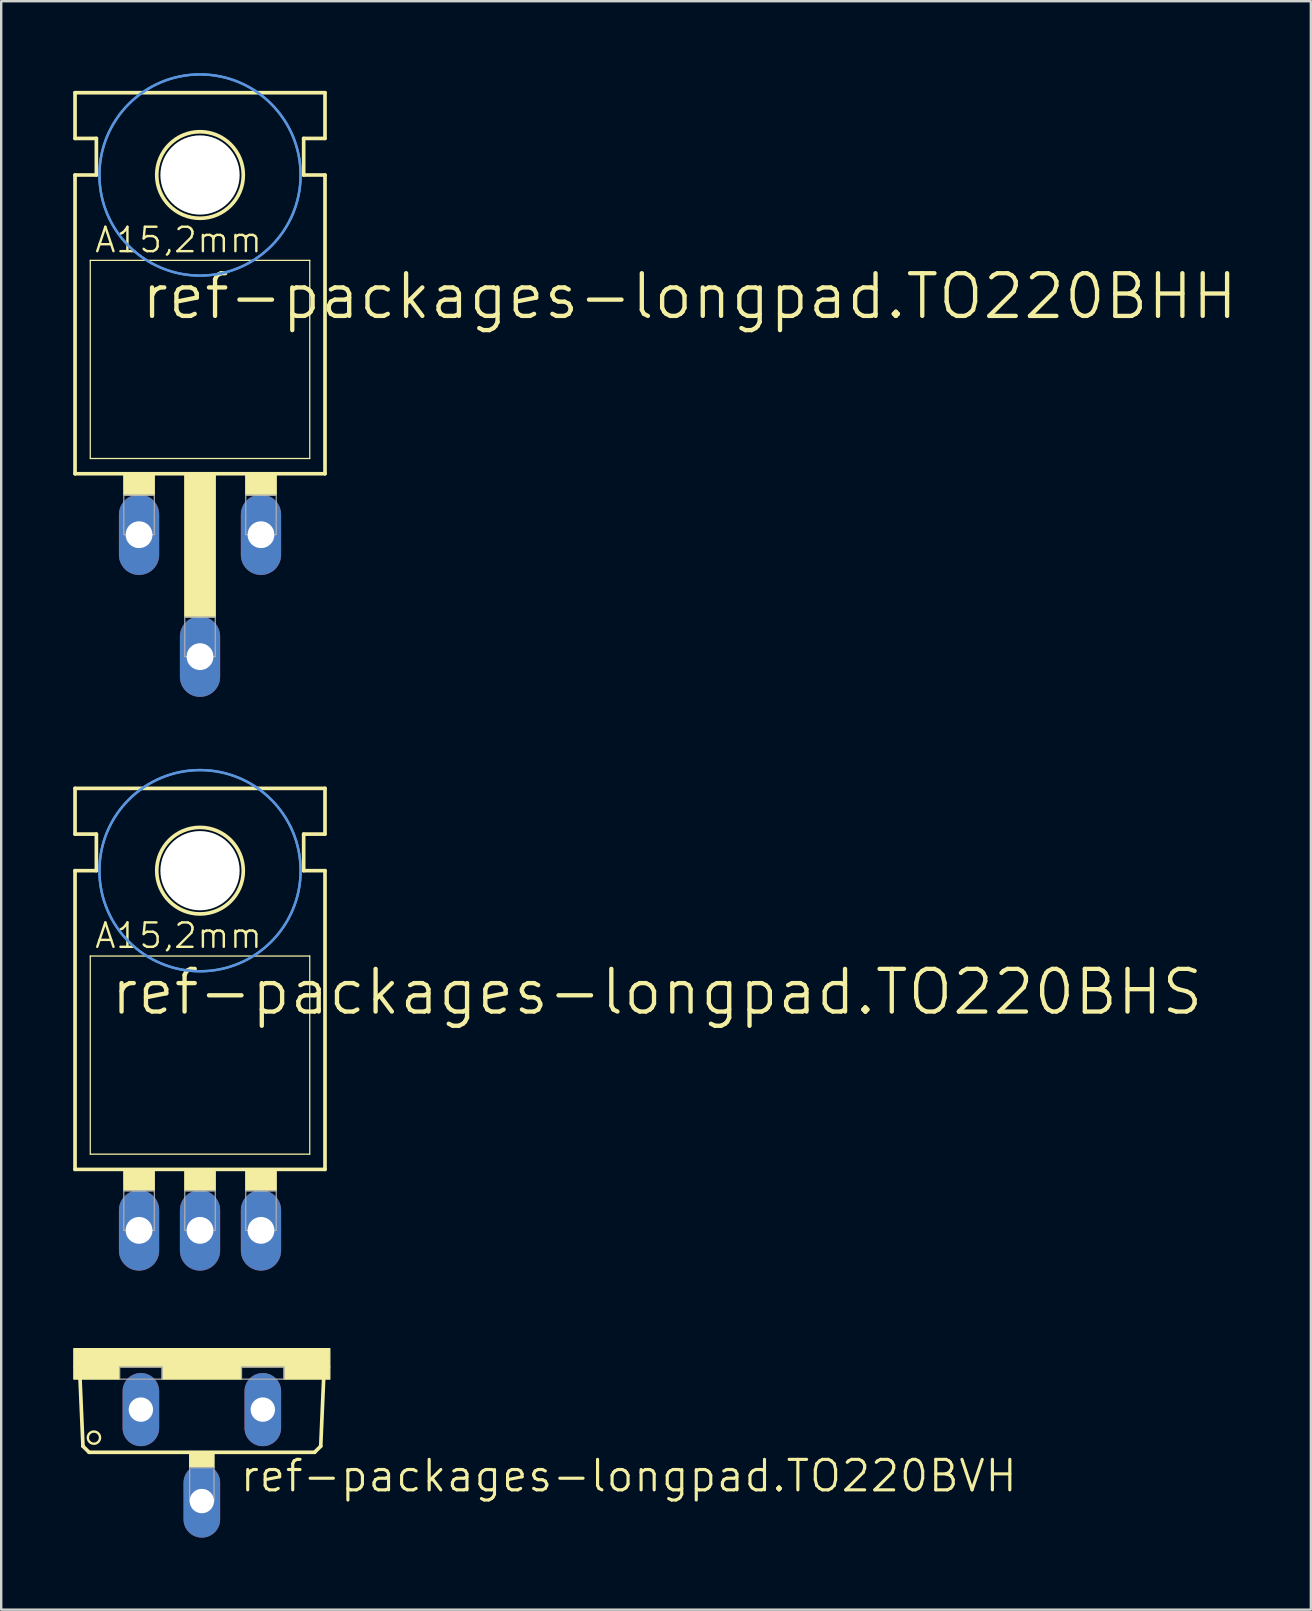
<source format=kicad_pcb>
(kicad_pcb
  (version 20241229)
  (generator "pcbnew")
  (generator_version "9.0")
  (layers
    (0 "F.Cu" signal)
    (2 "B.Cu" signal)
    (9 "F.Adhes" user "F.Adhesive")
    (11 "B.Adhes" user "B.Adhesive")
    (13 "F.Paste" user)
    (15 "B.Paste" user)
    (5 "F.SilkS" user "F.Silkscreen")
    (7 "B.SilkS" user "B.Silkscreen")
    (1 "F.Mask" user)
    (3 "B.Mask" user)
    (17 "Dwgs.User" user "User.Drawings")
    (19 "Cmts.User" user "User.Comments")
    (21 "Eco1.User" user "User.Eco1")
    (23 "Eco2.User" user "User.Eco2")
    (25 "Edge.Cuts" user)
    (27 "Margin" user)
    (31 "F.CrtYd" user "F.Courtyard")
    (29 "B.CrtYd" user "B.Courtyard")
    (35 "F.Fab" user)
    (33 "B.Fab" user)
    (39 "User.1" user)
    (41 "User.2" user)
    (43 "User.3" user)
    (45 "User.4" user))
  (footprint "ref-packages-longpad.TO220BVH"
    (layer "F.Cu")
    (at 5.359 53.137)
    (property "Reference" "ref-packages-longpad.TO220BVH" (at 1.524 6.045 0) (layer "F.SilkS") (effects (font (size 1.27 1.27) (thickness 0.13)) (justify left bottom)))
    (attr through_hole)
    (fp_line (start -4.953 4.064) (end -5.08 1.143) (stroke (width 0.152) (type default)) (layer "F.SilkS"))
    (fp_line (start -4.953 4.064) (end -4.699 4.318) (stroke (width 0.152) (type default)) (layer "F.SilkS"))
    (fp_line (start 4.699 4.318) (end -4.699 4.318) (stroke (width 0.152) (type default)) (layer "F.SilkS"))
    (fp_line (start 4.699 4.318) (end 4.953 4.064) (stroke (width 0.152) (type default)) (layer "F.SilkS"))
    (fp_line (start 5.08 1.143) (end 4.953 4.064) (stroke (width 0.152) (type default)) (layer "F.SilkS"))
    (fp_rect (start -5.334 0.762) (end 5.334 0) (stroke (width 0.05) (type default)) (fill yes) (layer "F.SilkS"))
    (fp_rect (start -5.334 1.27) (end -3.429 0.762) (stroke (width 0.05) (type default)) (fill yes) (layer "F.SilkS"))
    (fp_rect (start -1.651 1.27) (end 1.651 0.762) (stroke (width 0.05) (type default)) (fill yes) (layer "F.SilkS"))
    (fp_rect (start -0.508 4.953) (end 0.508 4.318) (stroke (width 0.05) (type default)) (fill yes) (layer "F.SilkS"))
    (fp_rect (start 3.429 1.27) (end 5.334 0.762) (stroke (width 0.05) (type default)) (fill yes) (layer "F.SilkS"))
    (fp_circle (center -4.496 3.708) (end -4.242 3.708) (stroke (width 0.1) (type default)) (fill no) (layer "F.SilkS"))
    (fp_rect (start -3.429 1.27) (end -1.651 0.762) (stroke (width 0.05) (type default)) (fill no) (layer "F.Fab"))
    (fp_rect (start -0.508 6.35) (end 0.508 4.953) (stroke (width 0.05) (type default)) (fill no) (layer "F.Fab"))
    (fp_rect (start 1.651 1.27) (end 3.429 0.762) (stroke (width 0.05) (type default)) (fill no) (layer "F.Fab"))
    (pad "D" thru_hole oval (at 0 6.35 90) (size 3.048 1.524) (drill 1.016) (layers "*.Cu" "*.Mask"))
    (pad "G" thru_hole oval (at -2.54 2.54 90) (size 3.048 1.524) (drill 1.016) (layers "*.Cu" "*.Mask"))
    (pad "S" thru_hole oval (at 2.54 2.54 90) (size 3.048 1.524) (drill 1.016) (layers "*.Cu" "*.Mask")))
  (footprint "ref-packages-longpad.TO220BHH"
    (layer "F.Cu")
    (at 5.283 15.417)
    (property "Reference" "ref-packages-longpad.TO220BHH" (at -2.54 -5.08 0) (layer "F.SilkS") (effects (font (size 1.778 1.778) (thickness 0.18)) (justify left bottom)))
    (attr through_hole)
    (fp_line (start -5.207 -12.7) (end -5.207 -14.605) (stroke (width 0.152) (type default)) (layer "F.SilkS"))
    (fp_line (start -5.207 -11.176) (end -4.318 -11.176) (stroke (width 0.152) (type default)) (layer "F.SilkS"))
    (fp_line (start -5.207 1.27) (end -5.207 -11.176) (stroke (width 0.152) (type default)) (layer "F.SilkS"))
    (fp_line (start -5.207 1.27) (end 5.207 1.27) (stroke (width 0.152) (type default)) (layer "F.SilkS"))
    (fp_line (start -4.572 0.635) (end -4.572 -7.62) (stroke (width 0.051) (type default)) (layer "F.SilkS"))
    (fp_line (start -4.572 0.635) (end 4.572 0.635) (stroke (width 0.051) (type default)) (layer "F.SilkS"))
    (fp_line (start -4.318 -12.7) (end -5.207 -12.7) (stroke (width 0.152) (type default)) (layer "F.SilkS"))
    (fp_line (start -4.318 -11.176) (end -4.318 -12.7) (stroke (width 0.152) (type default)) (layer "F.SilkS"))
    (fp_line (start 4.318 -12.7) (end 5.207 -12.7) (stroke (width 0.152) (type default)) (layer "F.SilkS"))
    (fp_line (start 4.318 -11.176) (end 4.318 -12.7) (stroke (width 0.152) (type default)) (layer "F.SilkS"))
    (fp_line (start 4.572 -7.62) (end -4.572 -7.62) (stroke (width 0.051) (type default)) (layer "F.SilkS"))
    (fp_line (start 4.572 -7.62) (end 4.572 0.635) (stroke (width 0.051) (type default)) (layer "F.SilkS"))
    (fp_line (start 5.207 -14.605) (end -5.207 -14.605) (stroke (width 0.152) (type default)) (layer "F.SilkS"))
    (fp_line (start 5.207 -12.7) (end 5.207 -14.605) (stroke (width 0.152) (type default)) (layer "F.SilkS"))
    (fp_line (start 5.207 -11.176) (end 4.318 -11.176) (stroke (width 0.152) (type default)) (layer "F.SilkS"))
    (fp_line (start 5.207 1.27) (end 5.207 -11.176) (stroke (width 0.152) (type default)) (layer "F.SilkS"))
    (fp_rect (start -3.175 2.159) (end -1.905 1.27) (stroke (width 0.05) (type default)) (fill yes) (layer "F.SilkS"))
    (fp_rect (start -0.635 7.239) (end 0.635 1.27) (stroke (width 0.05) (type default)) (fill yes) (layer "F.SilkS"))
    (fp_rect (start 1.905 2.159) (end 3.175 1.27) (stroke (width 0.05) (type default)) (fill yes) (layer "F.SilkS"))
    (fp_circle (center 0 -11.176) (end 1.803 -11.176) (stroke (width 0.152) (type default)) (fill no) (layer "F.SilkS"))
    (fp_circle (center 0 -11.176) (end 4.191 -11.176) (stroke (width 0.1) (type default)) (fill no) (layer "Cmts.User"))
    (fp_circle (center 0 -11.176) (end 4.191 -11.176) (stroke (width 0.1) (type default)) (fill no) (layer "Cmts.User"))
    (fp_rect (start -3.175 3.81) (end -1.905 2.159) (stroke (width 0.05) (type default)) (fill no) (layer "F.Fab"))
    (fp_rect (start -0.635 8.89) (end 0.635 7.239) (stroke (width 0.05) (type default)) (fill no) (layer "F.Fab"))
    (fp_rect (start 1.905 3.81) (end 3.175 2.159) (stroke (width 0.05) (type default)) (fill no) (layer "F.Fab"))
    (fp_text user "A15,2mm" (at -4.445 -7.874 0) (layer "F.SilkS") (effects (font (size 1.016 1.016) (thickness 0.1)) (justify left bottom)))
    (pad "" np_thru_hole circle (at 0 -11.176) (size 3.302 3.302) (drill 3.302) (layers "*.Cu" "*.Mask"))
    (pad "D" thru_hole oval (at 0 8.89 90) (size 3.353 1.676) (drill 1.118) (layers "*.Cu" "*.Mask"))
    (pad "G" thru_hole oval (at -2.54 3.81 90) (size 3.353 1.676) (drill 1.118) (layers "*.Cu" "*.Mask"))
    (pad "S" thru_hole oval (at 2.54 3.81 90) (size 3.353 1.676) (drill 1.118) (layers "*.Cu" "*.Mask")))
  (footprint "ref-packages-longpad.TO220BHS"
    (layer "F.Cu")
    (at 5.283 44.4)
    (property "Reference" "ref-packages-longpad.TO220BHS" (at -3.81 -5.08 0) (layer "F.SilkS") (effects (font (size 1.778 1.778) (thickness 0.18)) (justify left bottom)))
    (attr through_hole)
    (fp_line (start -5.207 -12.7) (end -5.207 -14.605) (stroke (width 0.152) (type default)) (layer "F.SilkS"))
    (fp_line (start -5.207 -11.176) (end -4.318 -11.176) (stroke (width 0.152) (type default)) (layer "F.SilkS"))
    (fp_line (start -5.207 1.27) (end -5.207 -11.176) (stroke (width 0.152) (type default)) (layer "F.SilkS"))
    (fp_line (start -5.207 1.27) (end 5.207 1.27) (stroke (width 0.152) (type default)) (layer "F.SilkS"))
    (fp_line (start -4.572 0.635) (end -4.572 -7.62) (stroke (width 0.051) (type default)) (layer "F.SilkS"))
    (fp_line (start -4.572 0.635) (end 4.572 0.635) (stroke (width 0.051) (type default)) (layer "F.SilkS"))
    (fp_line (start -4.318 -12.7) (end -5.207 -12.7) (stroke (width 0.152) (type default)) (layer "F.SilkS"))
    (fp_line (start -4.318 -11.176) (end -4.318 -12.7) (stroke (width 0.152) (type default)) (layer "F.SilkS"))
    (fp_line (start 4.318 -12.7) (end 5.207 -12.7) (stroke (width 0.152) (type default)) (layer "F.SilkS"))
    (fp_line (start 4.318 -11.176) (end 4.318 -12.7) (stroke (width 0.152) (type default)) (layer "F.SilkS"))
    (fp_line (start 4.572 -7.62) (end -4.572 -7.62) (stroke (width 0.051) (type default)) (layer "F.SilkS"))
    (fp_line (start 4.572 -7.62) (end 4.572 0.635) (stroke (width 0.051) (type default)) (layer "F.SilkS"))
    (fp_line (start 5.207 -14.605) (end -5.207 -14.605) (stroke (width 0.152) (type default)) (layer "F.SilkS"))
    (fp_line (start 5.207 -12.7) (end 5.207 -14.605) (stroke (width 0.152) (type default)) (layer "F.SilkS"))
    (fp_line (start 5.207 -11.176) (end 4.318 -11.176) (stroke (width 0.152) (type default)) (layer "F.SilkS"))
    (fp_line (start 5.207 1.27) (end 5.207 -11.176) (stroke (width 0.152) (type default)) (layer "F.SilkS"))
    (fp_rect (start -3.175 2.159) (end -1.905 1.27) (stroke (width 0.05) (type default)) (fill yes) (layer "F.SilkS"))
    (fp_rect (start -0.635 2.159) (end 0.635 1.27) (stroke (width 0.05) (type default)) (fill yes) (layer "F.SilkS"))
    (fp_rect (start 1.905 2.159) (end 3.175 1.27) (stroke (width 0.05) (type default)) (fill yes) (layer "F.SilkS"))
    (fp_circle (center 0 -11.176) (end 1.803 -11.176) (stroke (width 0.152) (type default)) (fill no) (layer "F.SilkS"))
    (fp_circle (center 0 -11.176) (end 4.191 -11.176) (stroke (width 0.1) (type default)) (fill no) (layer "Cmts.User"))
    (fp_circle (center 0 -11.176) (end 4.191 -11.176) (stroke (width 0.1) (type default)) (fill no) (layer "Cmts.User"))
    (fp_rect (start -3.175 3.81) (end -1.905 2.159) (stroke (width 0.05) (type default)) (fill no) (layer "F.Fab"))
    (fp_rect (start -0.635 3.81) (end 0.635 2.159) (stroke (width 0.05) (type default)) (fill no) (layer "F.Fab"))
    (fp_rect (start 1.905 3.81) (end 3.175 2.159) (stroke (width 0.05) (type default)) (fill no) (layer "F.Fab"))
    (fp_text user "A15,2mm" (at -4.445 -7.874 0) (layer "F.SilkS") (effects (font (size 1.016 1.016) (thickness 0.1)) (justify left bottom)))
    (pad "" np_thru_hole circle (at 0 -11.176) (size 3.302 3.302) (drill 3.302) (layers "*.Cu" "*.Mask"))
    (pad "D" thru_hole oval (at 0 3.81 90) (size 3.353 1.676) (drill 1.118) (layers "*.Cu" "*.Mask"))
    (pad "G" thru_hole oval (at -2.54 3.81 90) (size 3.353 1.676) (drill 1.118) (layers "*.Cu" "*.Mask"))
    (pad "S" thru_hole oval (at 2.54 3.81 90) (size 3.353 1.676) (drill 1.118) (layers "*.Cu" "*.Mask")))
  (gr_rect
    (start -3 -3)
    (end 51.563 64.011)
    (stroke (width 0.1) (type default))
    (fill no)
    (layer "Edge.Cuts")))
</source>
